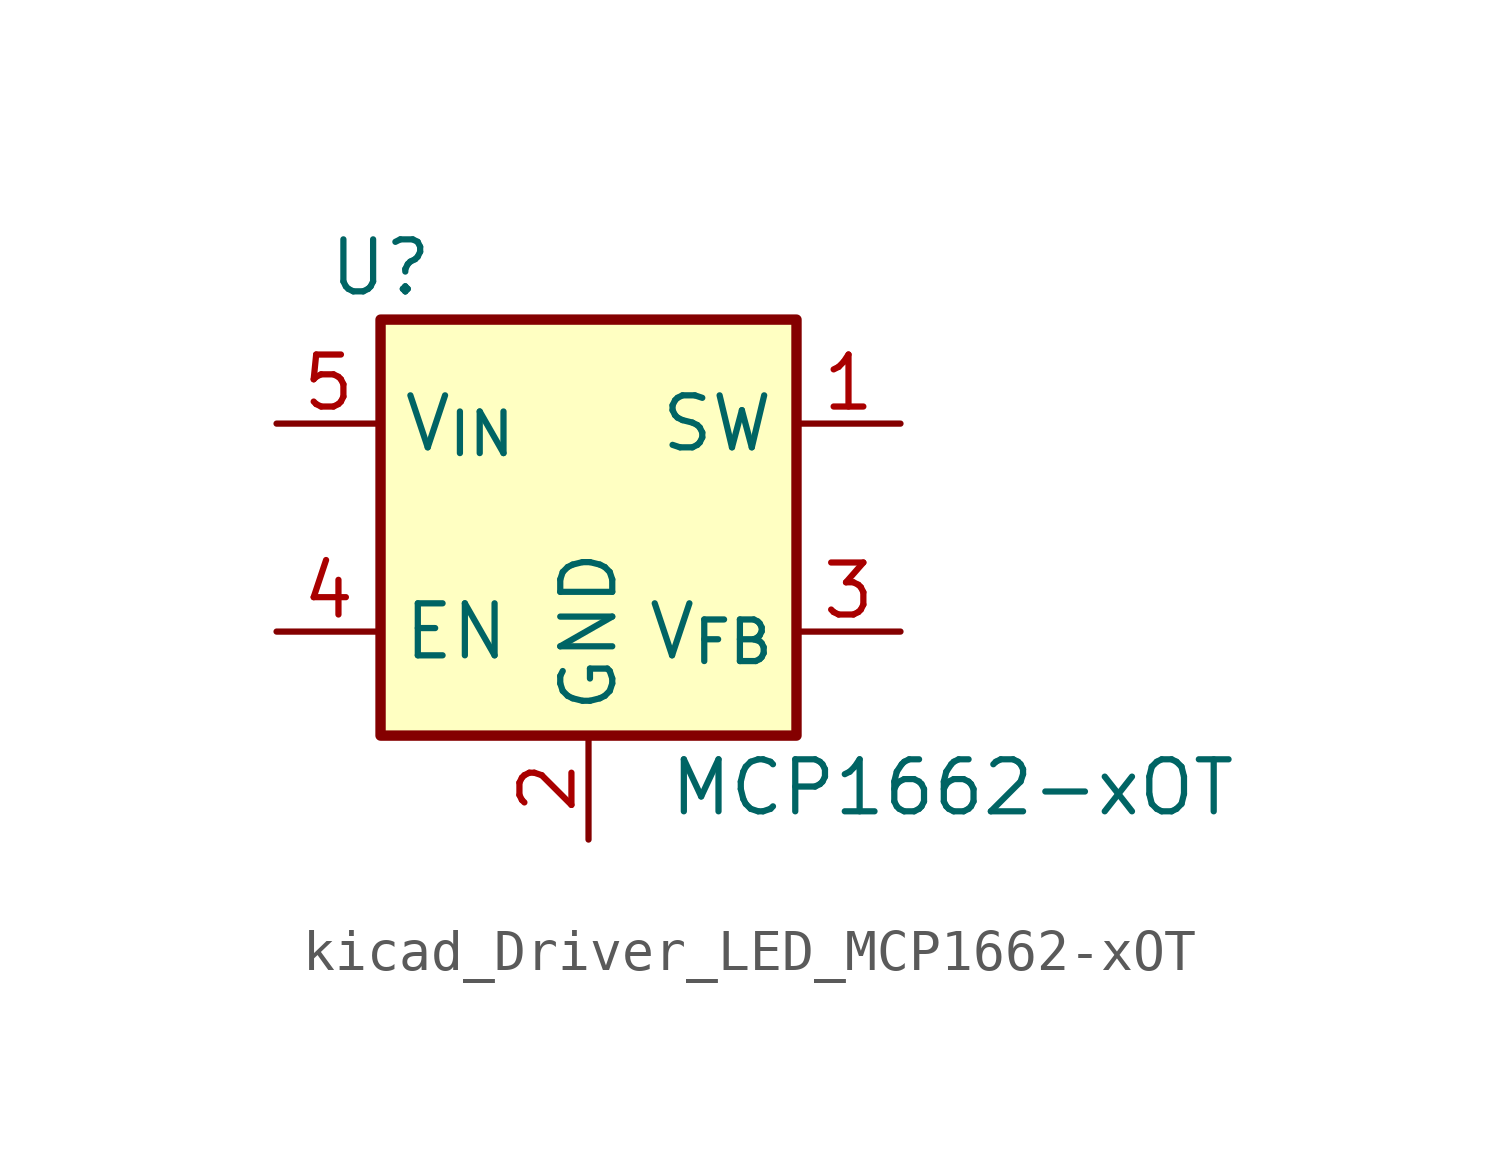
<source format=kicad_sym>
(kicad_symbol_lib
  (version 20220914)
  (generator kicad_symbol_editor)
  (symbol "kicad_Driver_LED_MCP1662-xOT"
    (property "Reference" "U"
      (at -5.08 6.35 0)
      (effects (font (size 1.27 1.27))))
    (property "Value" "MCP1662-xOT"
      (at 8.89 -6.35 0)
      (effects (font (size 1.27 1.27))))
    (symbol "kicad_Driver_LED_MCP1662-xOT_0_1"
      (rectangle (start -5.08 5.08) (end 5.08 -5.08) (stroke (width 0.254) (type default)) (fill (type background))))
    (symbol "kicad_Driver_LED_MCP1662-xOT_1_1"
      (pin power_out line (at 7.62 2.54 180) (length 2.54) (name "SW" (effects (font (size 1.27 1.27)))) (number "1" (effects (font (size 1.27 1.27)))))
      (pin power_in line (at 0 -7.62 90) (length 2.54) (name "GND" (effects (font (size 1.27 1.27)))) (number "2" (effects (font (size 1.27 1.27)))))
      (pin input line (at 7.62 -2.54 180) (length 2.54) (name "V_{FB}" (effects (font (size 1.27 1.27)))) (number "3" (effects (font (size 1.27 1.27)))))
      (pin input line (at -7.62 -2.54 0) (length 2.54) (name "EN" (effects (font (size 1.27 1.27)))) (number "4" (effects (font (size 1.27 1.27)))))
      (pin power_in line (at -7.62 2.54 0) (length 2.54) (name "V_{IN}" (effects (font (size 1.27 1.27)))) (number "5" (effects (font (size 1.27 1.27))))))))
</source>
